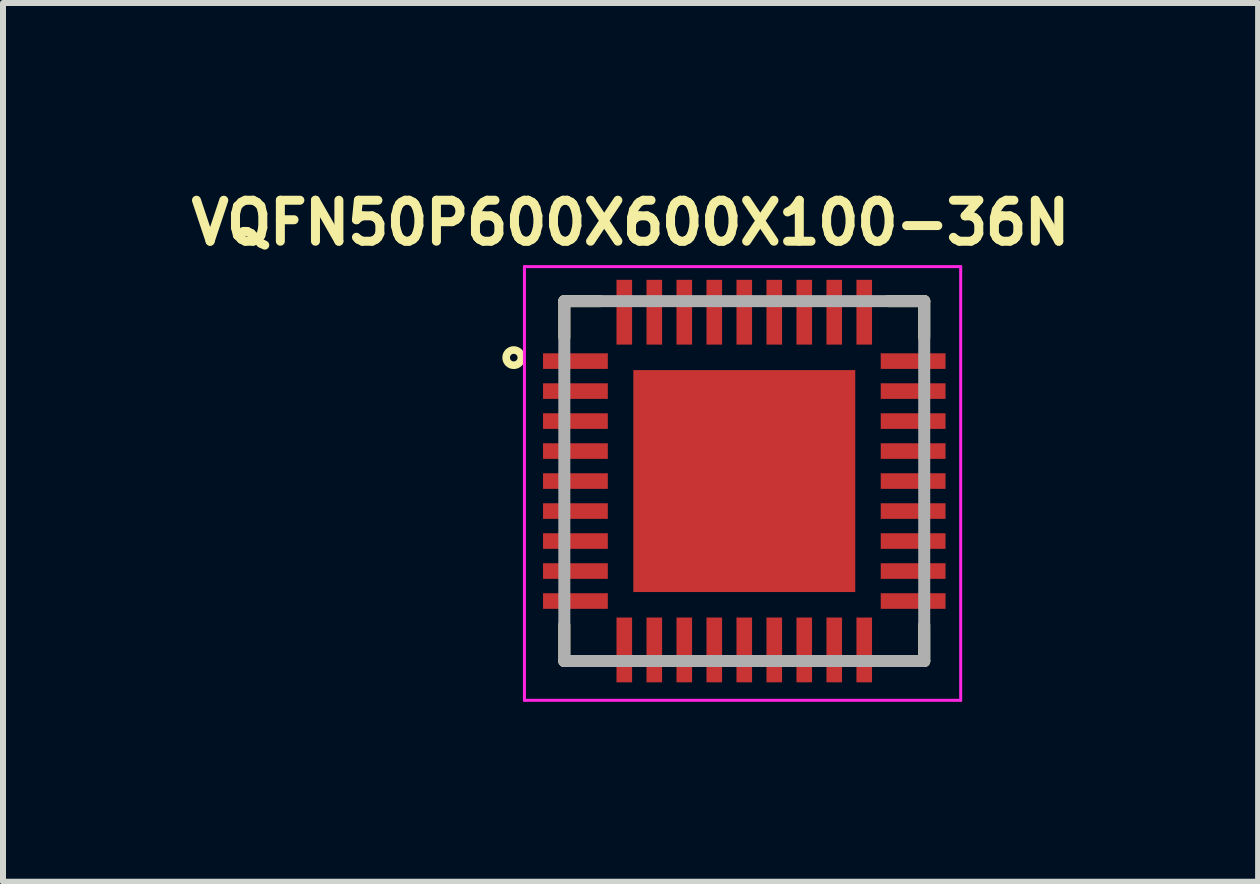
<source format=kicad_pcb>
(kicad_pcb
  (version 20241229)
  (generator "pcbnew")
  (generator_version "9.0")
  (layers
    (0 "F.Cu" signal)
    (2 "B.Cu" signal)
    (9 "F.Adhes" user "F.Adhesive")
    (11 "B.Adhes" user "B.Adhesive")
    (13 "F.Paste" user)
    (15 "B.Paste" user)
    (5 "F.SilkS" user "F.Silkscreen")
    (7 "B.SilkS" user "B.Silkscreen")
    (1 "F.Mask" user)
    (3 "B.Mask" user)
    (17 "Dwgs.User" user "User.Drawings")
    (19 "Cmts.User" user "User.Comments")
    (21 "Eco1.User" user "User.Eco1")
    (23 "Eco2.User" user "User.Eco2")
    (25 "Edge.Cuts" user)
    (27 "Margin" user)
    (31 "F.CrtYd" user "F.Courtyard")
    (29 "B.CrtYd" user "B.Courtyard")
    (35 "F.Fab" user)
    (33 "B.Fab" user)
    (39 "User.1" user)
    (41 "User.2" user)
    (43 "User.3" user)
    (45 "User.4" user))
  (footprint "VQFN50P600X600X100-36N"
    (layer "F.Cu")
    (at 9.358 4.97)
    (property "Reference" "VQFN50P600X600X100-36N" (at -1.896 -4.307 0) (layer "F.SilkS") (effects (font (size 0.683 0.683) (thickness 0.15))))
    (attr smd)
    (fp_line (start -3 -3) (end -2.4 -3) (stroke (width 0.2) (type solid)) (layer "F.SilkS"))
    (fp_line (start -3 -2.4) (end -3 -3) (stroke (width 0.2) (type solid)) (layer "F.SilkS"))
    (fp_line (start -3 2.4) (end -3 3) (stroke (width 0.2) (type solid)) (layer "F.SilkS"))
    (fp_line (start -3 3) (end -2.4 3) (stroke (width 0.2) (type solid)) (layer "F.SilkS"))
    (fp_line (start 2.4 -3) (end 3 -3) (stroke (width 0.2) (type solid)) (layer "F.SilkS"))
    (fp_line (start 2.4 3) (end 3 3) (stroke (width 0.2) (type solid)) (layer "F.SilkS"))
    (fp_line (start 3 -3) (end 3 -2.4) (stroke (width 0.2) (type solid)) (layer "F.SilkS"))
    (fp_line (start 3 3) (end 3 2.4) (stroke (width 0.2) (type solid)) (layer "F.SilkS"))
    (fp_circle (center -3.843 -2.058) (end -3.716 -2.058) (stroke (width 0.127) (type solid)) (fill no) (layer "F.SilkS"))
    (fp_poly (pts (xy -1.244 -1.17) (xy 1.17 -1.17) (xy 1.17 1.244) (xy -1.244 1.244)) (stroke (width 0.01) (type solid)) (fill yes) (layer "F.Paste"))
    (fp_line (start -3.665 -3.575) (end 3.608 -3.575) (stroke (width 0.05) (type solid)) (layer "F.CrtYd"))
    (fp_line (start -3.665 3.655) (end -3.665 -3.575) (stroke (width 0.05) (type solid)) (layer "F.CrtYd"))
    (fp_line (start 3.608 -3.575) (end 3.608 3.655) (stroke (width 0.05) (type solid)) (layer "F.CrtYd"))
    (fp_line (start 3.608 3.655) (end -3.665 3.655) (stroke (width 0.05) (type solid)) (layer "F.CrtYd"))
    (fp_line (start -3 3) (end -3 -3) (stroke (width 0.127) (type solid)) (layer "F.Fab"))
    (fp_line (start -3 3) (end -3 -3) (stroke (width 0.2) (type solid)) (layer "F.Fab"))
    (fp_line (start 3 -3) (end -3 -3) (stroke (width 0.2) (type solid)) (layer "F.Fab"))
    (fp_line (start 3 3) (end -3 3) (stroke (width 0.2) (type solid)) (layer "F.Fab"))
    (fp_line (start 3 3) (end 3 -3) (stroke (width 0.2) (type solid)) (layer "F.Fab"))
    (pad "1" smd rect (at -2.815 -2 90) (size 0.26 1.08) (layers "F.Cu" "F.Mask" "F.Paste"))
    (pad "2" smd rect (at -2.815 -1.5 90) (size 0.26 1.08) (layers "F.Cu" "F.Mask" "F.Paste"))
    (pad "3" smd rect (at -2.815 -1 90) (size 0.26 1.08) (layers "F.Cu" "F.Mask" "F.Paste"))
    (pad "4" smd rect (at -2.815 -0.5 90) (size 0.26 1.08) (layers "F.Cu" "F.Mask" "F.Paste"))
    (pad "5" smd rect (at -2.815 0 90) (size 0.26 1.08) (layers "F.Cu" "F.Mask" "F.Paste"))
    (pad "6" smd rect (at -2.815 0.5 90) (size 0.26 1.08) (layers "F.Cu" "F.Mask" "F.Paste"))
    (pad "7" smd rect (at -2.815 1 90) (size 0.26 1.08) (layers "F.Cu" "F.Mask" "F.Paste"))
    (pad "8" smd rect (at -2.815 1.5 90) (size 0.26 1.08) (layers "F.Cu" "F.Mask" "F.Paste"))
    (pad "9" smd rect (at -2.815 2 90) (size 0.26 1.08) (layers "F.Cu" "F.Mask" "F.Paste"))
    (pad "10" smd rect (at -2 2.815 180) (size 0.26 1.08) (layers "F.Cu" "F.Mask" "F.Paste"))
    (pad "11" smd rect (at -1.5 2.815 180) (size 0.26 1.08) (layers "F.Cu" "F.Mask" "F.Paste"))
    (pad "12" smd rect (at -1 2.815 180) (size 0.26 1.08) (layers "F.Cu" "F.Mask" "F.Paste"))
    (pad "13" smd rect (at -0.5 2.815 180) (size 0.26 1.08) (layers "F.Cu" "F.Mask" "F.Paste"))
    (pad "14" smd rect (at 0 2.815 180) (size 0.26 1.08) (layers "F.Cu" "F.Mask" "F.Paste"))
    (pad "15" smd rect (at 0.5 2.815 180) (size 0.26 1.08) (layers "F.Cu" "F.Mask" "F.Paste"))
    (pad "16" smd rect (at 1 2.815 180) (size 0.26 1.08) (layers "F.Cu" "F.Mask" "F.Paste"))
    (pad "17" smd rect (at 1.5 2.815 180) (size 0.26 1.08) (layers "F.Cu" "F.Mask" "F.Paste"))
    (pad "18" smd rect (at 2 2.815 180) (size 0.26 1.08) (layers "F.Cu" "F.Mask" "F.Paste"))
    (pad "19" smd rect (at 2.815 2 270) (size 0.26 1.08) (layers "F.Cu" "F.Mask" "F.Paste"))
    (pad "20" smd rect (at 2.815 1.5 270) (size 0.26 1.08) (layers "F.Cu" "F.Mask" "F.Paste"))
    (pad "21" smd rect (at 2.815 1 270) (size 0.26 1.08) (layers "F.Cu" "F.Mask" "F.Paste"))
    (pad "22" smd rect (at 2.815 0.5 270) (size 0.26 1.08) (layers "F.Cu" "F.Mask" "F.Paste"))
    (pad "23" smd rect (at 2.815 0 270) (size 0.26 1.08) (layers "F.Cu" "F.Mask" "F.Paste"))
    (pad "24" smd rect (at 2.815 -0.5 270) (size 0.26 1.08) (layers "F.Cu" "F.Mask" "F.Paste"))
    (pad "25" smd rect (at 2.815 -1 270) (size 0.26 1.08) (layers "F.Cu" "F.Mask" "F.Paste"))
    (pad "26" smd rect (at 2.815 -1.5 270) (size 0.26 1.08) (layers "F.Cu" "F.Mask" "F.Paste"))
    (pad "27" smd rect (at 2.815 -2 270) (size 0.26 1.08) (layers "F.Cu" "F.Mask" "F.Paste"))
    (pad "28" smd rect (at 2 -2.815) (size 0.26 1.08) (layers "F.Cu" "F.Mask" "F.Paste"))
    (pad "29" smd rect (at 1.5 -2.815) (size 0.26 1.08) (layers "F.Cu" "F.Mask" "F.Paste"))
    (pad "30" smd rect (at 1 -2.815) (size 0.26 1.08) (layers "F.Cu" "F.Mask" "F.Paste"))
    (pad "31" smd rect (at 0.5 -2.815) (size 0.26 1.08) (layers "F.Cu" "F.Mask" "F.Paste"))
    (pad "32" smd rect (at 0 -2.815) (size 0.26 1.08) (layers "F.Cu" "F.Mask" "F.Paste"))
    (pad "33" smd rect (at -0.5 -2.815) (size 0.26 1.08) (layers "F.Cu" "F.Mask" "F.Paste"))
    (pad "34" smd rect (at -1 -2.815) (size 0.26 1.08) (layers "F.Cu" "F.Mask" "F.Paste"))
    (pad "35" smd rect (at -1.5 -2.815) (size 0.26 1.08) (layers "F.Cu" "F.Mask" "F.Paste"))
    (pad "36" smd rect (at -2 -2.815) (size 0.26 1.08) (layers "F.Cu" "F.Mask" "F.Paste"))
    (pad "37" smd rect (at 0 0) (size 3.7 3.7) (layers "F.Cu" "F.Mask")))
  (gr_rect
    (start -3 -3)
    (end 17.924 11.65)
    (stroke (width 0.1) (type default))
    (fill no)
    (layer "Edge.Cuts")))
</source>
